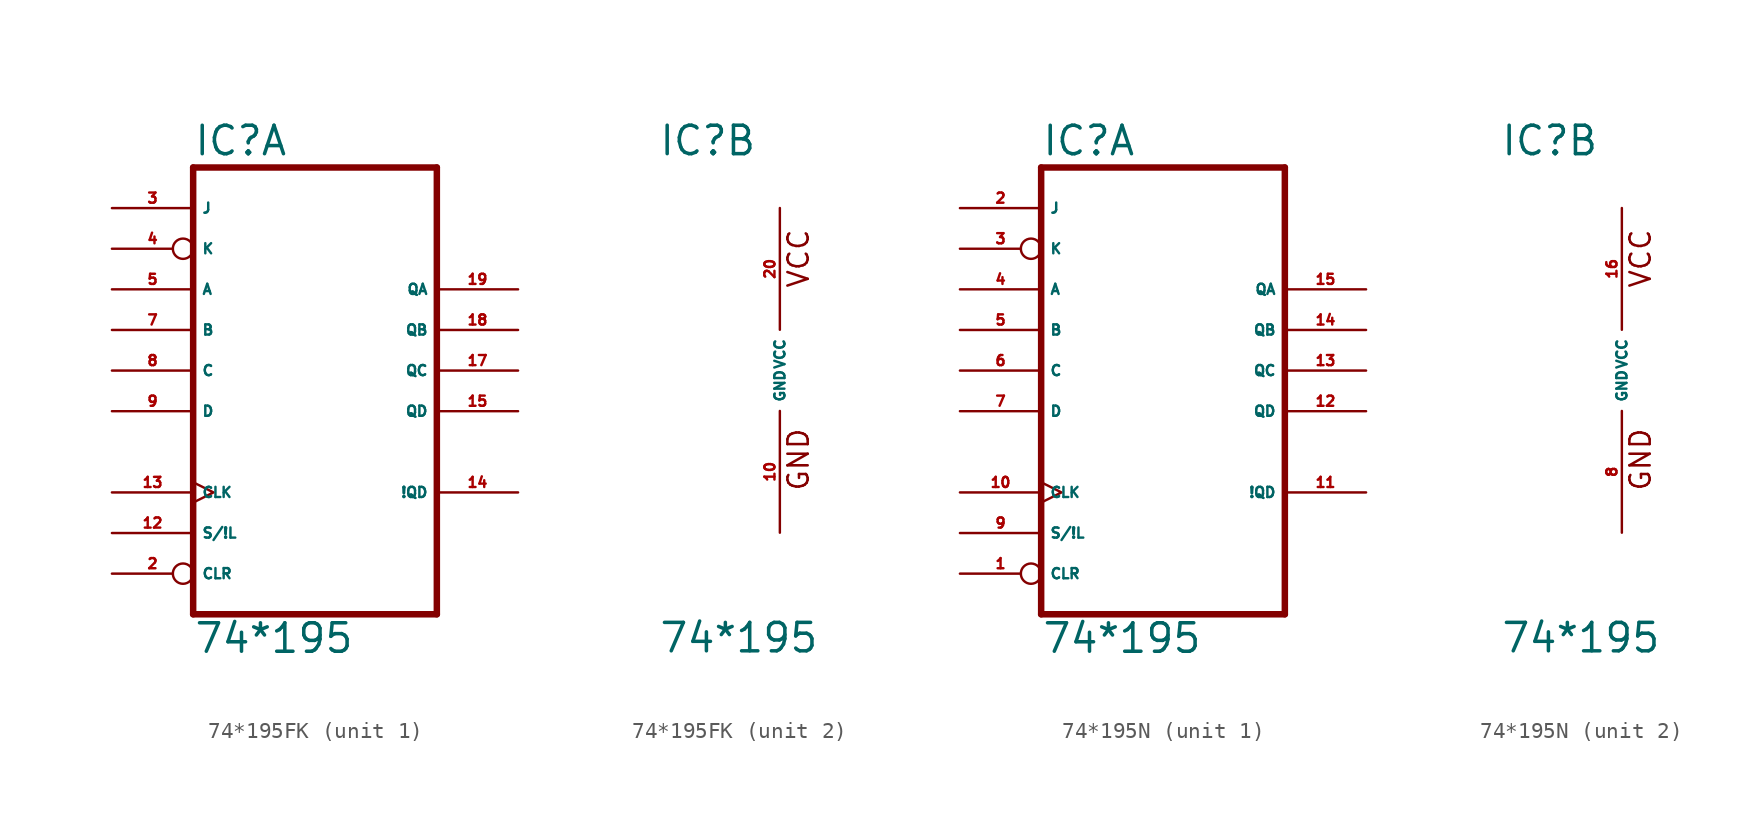
<source format=kicad_sym>
(kicad_symbol_lib
  (version 20220914)
  (generator Eagle2Kicad)
  (symbol "74*195FK"
    (property "Reference" "IC"
      (at -7.62 13.335 0)
      (effects (font (size 1.778 1.778) (thickness 0.22)) (justify left bottom)))
    (property "Value" "74*195"
      (at -7.62 -17.78 0)
      (effects (font (size 1.778 1.778) (thickness 0.22)) (justify left bottom)))
    (symbol "74*195FK_1_0"
      (polyline (pts (xy -7.62 -15.24) (xy 7.62 -15.24)) (stroke (width 0.406) (type default)) (fill (type none)))
      (polyline (pts (xy 7.62 -15.24) (xy 7.62 12.7)) (stroke (width 0.406) (type default)) (fill (type none)))
      (polyline (pts (xy 7.62 12.7) (xy -7.62 12.7)) (stroke (width 0.406) (type default)) (fill (type none)))
      (polyline (pts (xy -7.62 12.7) (xy -7.62 -15.24)) (stroke (width 0.406) (type default)) (fill (type none)))
      (pin input inverted (at -12.7 -12.7 0) (length 5.08) (name "CLR" (effects (font (size 0.635 0.635) (thickness 0.08)) (justify left bottom))) (number "2" (effects (font (size 0.635 0.635) (thickness 0.08)) (justify left bottom))))
      (pin input line (at -12.7 10.16 0) (length 5.08) (name "J" (effects (font (size 0.635 0.635) (thickness 0.08)) (justify left bottom))) (number "3" (effects (font (size 0.635 0.635) (thickness 0.08)) (justify left bottom))))
      (pin input inverted (at -12.7 7.62 0) (length 5.08) (name "K" (effects (font (size 0.635 0.635) (thickness 0.08)) (justify left bottom))) (number "4" (effects (font (size 0.635 0.635) (thickness 0.08)) (justify left bottom))))
      (pin input line (at -12.7 5.08 0) (length 5.08) (name "A" (effects (font (size 0.635 0.635) (thickness 0.08)) (justify left bottom))) (number "5" (effects (font (size 0.635 0.635) (thickness 0.08)) (justify left bottom))))
      (pin input line (at -12.7 2.54 0) (length 5.08) (name "B" (effects (font (size 0.635 0.635) (thickness 0.08)) (justify left bottom))) (number "7" (effects (font (size 0.635 0.635) (thickness 0.08)) (justify left bottom))))
      (pin input line (at -12.7 0 0) (length 5.08) (name "C" (effects (font (size 0.635 0.635) (thickness 0.08)) (justify left bottom))) (number "8" (effects (font (size 0.635 0.635) (thickness 0.08)) (justify left bottom))))
      (pin input line (at -12.7 -2.54 0) (length 5.08) (name "D" (effects (font (size 0.635 0.635) (thickness 0.08)) (justify left bottom))) (number "9" (effects (font (size 0.635 0.635) (thickness 0.08)) (justify left bottom))))
      (pin input line (at -12.7 -10.16 0) (length 5.08) (name "S/!L" (effects (font (size 0.635 0.635) (thickness 0.08)) (justify left bottom))) (number "12" (effects (font (size 0.635 0.635) (thickness 0.08)) (justify left bottom))))
      (pin input clock (at -12.7 -7.62 0) (length 5.08) (name "CLK" (effects (font (size 0.635 0.635) (thickness 0.08)) (justify left bottom))) (number "13" (effects (font (size 0.635 0.635) (thickness 0.08)) (justify left bottom))))
      (pin output line (at 12.7 -7.62 180) (length 5.08) (name "!QD" (effects (font (size 0.635 0.635) (thickness 0.08)) (justify left bottom))) (number "14" (effects (font (size 0.635 0.635) (thickness 0.08)) (justify left bottom))))
      (pin output line (at 12.7 -2.54 180) (length 5.08) (name "QD" (effects (font (size 0.635 0.635) (thickness 0.08)) (justify left bottom))) (number "15" (effects (font (size 0.635 0.635) (thickness 0.08)) (justify left bottom))))
      (pin output line (at 12.7 0 180) (length 5.08) (name "QC" (effects (font (size 0.635 0.635) (thickness 0.08)) (justify left bottom))) (number "17" (effects (font (size 0.635 0.635) (thickness 0.08)) (justify left bottom))))
      (pin output line (at 12.7 2.54 180) (length 5.08) (name "QB" (effects (font (size 0.635 0.635) (thickness 0.08)) (justify left bottom))) (number "18" (effects (font (size 0.635 0.635) (thickness 0.08)) (justify left bottom))))
      (pin output line (at 12.7 5.08 180) (length 5.08) (name "QA" (effects (font (size 0.635 0.635) (thickness 0.08)) (justify left bottom))) (number "19" (effects (font (size 0.635 0.635) (thickness 0.08)) (justify left bottom)))))
    (symbol "74*195FK_2_0"
      (text "GND" (at 1.905 -7.62 900) (effects (font (size 1.27 1.27) (thickness 0.16)) (justify left bottom)))
      (text "VCC" (at 1.905 5.08 900) (effects (font (size 1.27 1.27) (thickness 0.16)) (justify left bottom)))
      (pin unspecified line (at 0 -10.16 90) (length 7.62) (name "GND" (effects (font (size 0.635 0.635) (thickness 0.08)) (justify left bottom))) (number "10" (effects (font (size 0.635 0.635) (thickness 0.08)) (justify left bottom))))
      (pin unspecified line (at 0 10.16 270) (length 7.62) (name "VCC" (effects (font (size 0.635 0.635) (thickness 0.08)) (justify left bottom))) (number "20" (effects (font (size 0.635 0.635) (thickness 0.08)) (justify left bottom))))))
  (symbol "74*195N"
    (property "Reference" "IC"
      (at -7.62 13.335 0)
      (effects (font (size 1.778 1.778) (thickness 0.22)) (justify left bottom)))
    (property "Value" "74*195"
      (at -7.62 -17.78 0)
      (effects (font (size 1.778 1.778) (thickness 0.22)) (justify left bottom)))
    (symbol "74*195N_1_0"
      (polyline (pts (xy -7.62 -15.24) (xy 7.62 -15.24)) (stroke (width 0.406) (type default)) (fill (type none)))
      (polyline (pts (xy 7.62 -15.24) (xy 7.62 12.7)) (stroke (width 0.406) (type default)) (fill (type none)))
      (polyline (pts (xy 7.62 12.7) (xy -7.62 12.7)) (stroke (width 0.406) (type default)) (fill (type none)))
      (polyline (pts (xy -7.62 12.7) (xy -7.62 -15.24)) (stroke (width 0.406) (type default)) (fill (type none)))
      (pin input inverted (at -12.7 -12.7 0) (length 5.08) (name "CLR" (effects (font (size 0.635 0.635) (thickness 0.08)) (justify left bottom))) (number "1" (effects (font (size 0.635 0.635) (thickness 0.08)) (justify left bottom))))
      (pin input line (at -12.7 10.16 0) (length 5.08) (name "J" (effects (font (size 0.635 0.635) (thickness 0.08)) (justify left bottom))) (number "2" (effects (font (size 0.635 0.635) (thickness 0.08)) (justify left bottom))))
      (pin input inverted (at -12.7 7.62 0) (length 5.08) (name "K" (effects (font (size 0.635 0.635) (thickness 0.08)) (justify left bottom))) (number "3" (effects (font (size 0.635 0.635) (thickness 0.08)) (justify left bottom))))
      (pin input line (at -12.7 5.08 0) (length 5.08) (name "A" (effects (font (size 0.635 0.635) (thickness 0.08)) (justify left bottom))) (number "4" (effects (font (size 0.635 0.635) (thickness 0.08)) (justify left bottom))))
      (pin input line (at -12.7 2.54 0) (length 5.08) (name "B" (effects (font (size 0.635 0.635) (thickness 0.08)) (justify left bottom))) (number "5" (effects (font (size 0.635 0.635) (thickness 0.08)) (justify left bottom))))
      (pin input line (at -12.7 0 0) (length 5.08) (name "C" (effects (font (size 0.635 0.635) (thickness 0.08)) (justify left bottom))) (number "6" (effects (font (size 0.635 0.635) (thickness 0.08)) (justify left bottom))))
      (pin input line (at -12.7 -2.54 0) (length 5.08) (name "D" (effects (font (size 0.635 0.635) (thickness 0.08)) (justify left bottom))) (number "7" (effects (font (size 0.635 0.635) (thickness 0.08)) (justify left bottom))))
      (pin input line (at -12.7 -10.16 0) (length 5.08) (name "S/!L" (effects (font (size 0.635 0.635) (thickness 0.08)) (justify left bottom))) (number "9" (effects (font (size 0.635 0.635) (thickness 0.08)) (justify left bottom))))
      (pin input clock (at -12.7 -7.62 0) (length 5.08) (name "CLK" (effects (font (size 0.635 0.635) (thickness 0.08)) (justify left bottom))) (number "10" (effects (font (size 0.635 0.635) (thickness 0.08)) (justify left bottom))))
      (pin output line (at 12.7 -7.62 180) (length 5.08) (name "!QD" (effects (font (size 0.635 0.635) (thickness 0.08)) (justify left bottom))) (number "11" (effects (font (size 0.635 0.635) (thickness 0.08)) (justify left bottom))))
      (pin output line (at 12.7 -2.54 180) (length 5.08) (name "QD" (effects (font (size 0.635 0.635) (thickness 0.08)) (justify left bottom))) (number "12" (effects (font (size 0.635 0.635) (thickness 0.08)) (justify left bottom))))
      (pin output line (at 12.7 0 180) (length 5.08) (name "QC" (effects (font (size 0.635 0.635) (thickness 0.08)) (justify left bottom))) (number "13" (effects (font (size 0.635 0.635) (thickness 0.08)) (justify left bottom))))
      (pin output line (at 12.7 2.54 180) (length 5.08) (name "QB" (effects (font (size 0.635 0.635) (thickness 0.08)) (justify left bottom))) (number "14" (effects (font (size 0.635 0.635) (thickness 0.08)) (justify left bottom))))
      (pin output line (at 12.7 5.08 180) (length 5.08) (name "QA" (effects (font (size 0.635 0.635) (thickness 0.08)) (justify left bottom))) (number "15" (effects (font (size 0.635 0.635) (thickness 0.08)) (justify left bottom)))))
    (symbol "74*195N_2_0"
      (text "GND" (at 1.905 -7.62 900) (effects (font (size 1.27 1.27) (thickness 0.16)) (justify left bottom)))
      (text "VCC" (at 1.905 5.08 900) (effects (font (size 1.27 1.27) (thickness 0.16)) (justify left bottom)))
      (pin unspecified line (at 0 -10.16 90) (length 7.62) (name "GND" (effects (font (size 0.635 0.635) (thickness 0.08)) (justify left bottom))) (number "8" (effects (font (size 0.635 0.635) (thickness 0.08)) (justify left bottom))))
      (pin unspecified line (at 0 10.16 270) (length 7.62) (name "VCC" (effects (font (size 0.635 0.635) (thickness 0.08)) (justify left bottom))) (number "16" (effects (font (size 0.635 0.635) (thickness 0.08)) (justify left bottom)))))))
</source>
